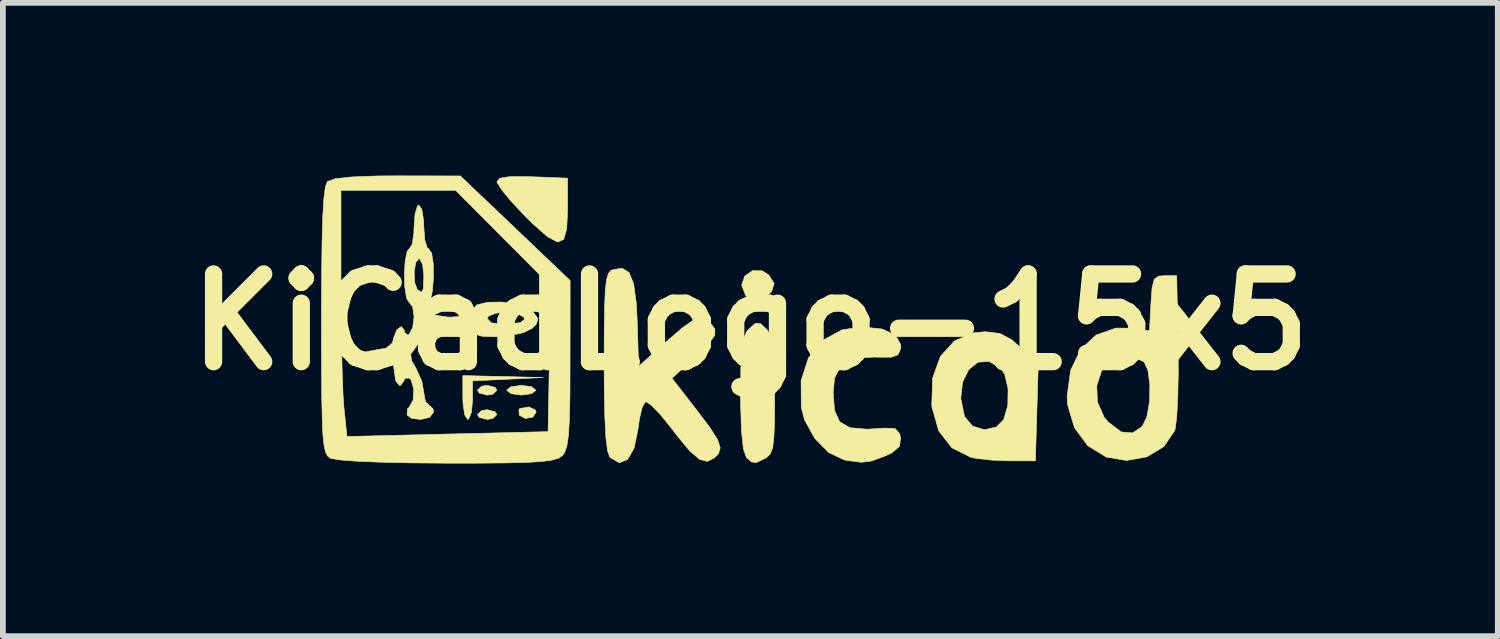
<source format=kicad_pcb>
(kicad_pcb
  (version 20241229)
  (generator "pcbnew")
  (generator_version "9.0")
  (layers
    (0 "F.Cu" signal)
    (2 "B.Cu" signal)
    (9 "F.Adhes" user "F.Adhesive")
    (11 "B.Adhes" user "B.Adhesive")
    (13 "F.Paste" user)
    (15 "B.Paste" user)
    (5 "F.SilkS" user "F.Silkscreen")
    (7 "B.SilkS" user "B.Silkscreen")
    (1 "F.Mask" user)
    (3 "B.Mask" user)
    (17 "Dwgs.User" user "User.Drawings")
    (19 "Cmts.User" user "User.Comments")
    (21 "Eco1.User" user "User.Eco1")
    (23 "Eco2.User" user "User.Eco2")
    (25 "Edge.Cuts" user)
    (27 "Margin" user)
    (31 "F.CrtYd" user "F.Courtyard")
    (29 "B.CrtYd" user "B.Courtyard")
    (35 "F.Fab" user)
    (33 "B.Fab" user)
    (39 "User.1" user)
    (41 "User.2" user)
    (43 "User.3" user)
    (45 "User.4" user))
  (footprint "KiCadLogo-15x5"
    (layer "F.Cu")
    (at 9.986 2.544)
    (property "Reference" "KiCadLogo-15x5" (at 0 0 0) (layer "F.SilkS") (effects (font (size 1.524 1.524) (thickness 0.3))))
    (attr through_hole)
    (fp_poly (pts (xy -4.434 1.136) (xy -4.403 1.185) (xy -4.474 1.254) (xy -4.572 1.27) (xy -4.71 1.235) (xy -4.741 1.185) (xy -4.67 1.117) (xy -4.572 1.101) (xy -4.434 1.136)) (stroke (width 0.01) (type solid)) (fill yes) (layer "F.SilkS"))
    (fp_poly (pts (xy -4.434 1.559) (xy -4.403 1.609) (xy -4.474 1.677) (xy -4.572 1.693) (xy -4.71 1.658) (xy -4.741 1.609) (xy -4.67 1.54) (xy -4.572 1.524) (xy -4.434 1.559)) (stroke (width 0.01) (type solid)) (fill yes) (layer "F.SilkS"))
    (fp_poly (pts (xy -3.735 1.528) (xy -3.721 1.566) (xy -3.78 1.654) (xy -3.91 1.677) (xy -4.015 1.619) (xy -4.02 1.519) (xy -4.002 1.503) (xy -3.848 1.476) (xy -3.735 1.528)) (stroke (width 0.01) (type solid)) (fill yes) (layer "F.SilkS"))
    (fp_poly (pts (xy 0.211 -0.888) (xy 0.323 -0.814) (xy 0.414 -0.668) (xy 0.37 -0.528) (xy 0.207 -0.378) (xy 0.026 -0.378) (xy -0.081 -0.461) (xy -0.151 -0.64) (xy -0.097 -0.797) (xy 0.038 -0.892) (xy 0.211 -0.888)) (stroke (width 0.01) (type solid)) (fill yes) (layer "F.SilkS"))
    (fp_poly (pts (xy -3.598 0.965) (xy -4.212 0.994) (xy -4.826 1.023) (xy -4.826 1.358) (xy -4.845 1.569) (xy -4.892 1.685) (xy -4.911 1.693) (xy -4.961 1.618) (xy -4.991 1.426) (xy -4.995 1.312) (xy -4.995 0.931) (xy -3.598 0.965)) (stroke (width 0.01) (type solid)) (fill yes) (layer "F.SilkS"))
    (fp_poly (pts (xy -3.801 1.125) (xy -3.725 1.184) (xy -3.725 1.185) (xy -3.799 1.245) (xy -3.976 1.27) (xy -3.979 1.27) (xy -4.158 1.245) (xy -4.233 1.186) (xy -4.233 1.185) (xy -4.16 1.126) (xy -3.982 1.101) (xy -3.979 1.101) (xy -3.801 1.125)) (stroke (width 0.01) (type solid)) (fill yes) (layer "F.SilkS"))
    (fp_poly (pts (xy -3.789 -2.523) (xy -3.175 -2.498) (xy -3.175 -1.948) (xy -3.19 -1.62) (xy -3.243 -1.434) (xy -3.35 -1.389) (xy -3.526 -1.483) (xy -3.786 -1.712) (xy -3.916 -1.842) (xy -4.143 -2.083) (xy -4.313 -2.288) (xy -4.398 -2.421) (xy -4.403 -2.44) (xy -4.352 -2.498) (xy -4.184 -2.525) (xy -3.876 -2.526) (xy -3.789 -2.523)) (stroke (width 0.01) (type solid)) (fill yes) (layer "F.SilkS"))
    (fp_poly (pts (xy 0.178 0.03) (xy 0.29 0.133) (xy 0.35 0.227) (xy 0.389 0.388) (xy 0.412 0.644) (xy 0.422 1.026) (xy 0.423 1.273) (xy 0.421 1.705) (xy 0.41 1.998) (xy 0.388 2.183) (xy 0.347 2.291) (xy 0.286 2.352) (xy 0.26 2.368) (xy 0.106 2.442) (xy 0.019 2.432) (xy -0.068 2.354) (xy -0.12 2.208) (xy -0.154 1.895) (xy -0.169 1.417) (xy -0.169 1.259) (xy -0.165 0.807) (xy -0.148 0.494) (xy -0.117 0.292) (xy -0.066 0.17) (xy -0.036 0.133) (xy 0.089 0.022) (xy 0.178 0.03)) (stroke (width 0.01) (type solid)) (fill yes) (layer "F.SilkS"))
    (fp_poly (pts (xy 2.292 0.123) (xy 2.523 0.23) (xy 2.615 0.397) (xy 2.61 0.471) (xy 2.564 0.57) (xy 2.451 0.612) (xy 2.223 0.612) (xy 2.168 0.609) (xy 1.809 0.626) (xy 1.58 0.744) (xy 1.463 0.976) (xy 1.439 1.225) (xy 1.463 1.536) (xy 1.551 1.734) (xy 1.73 1.837) (xy 2.026 1.863) (xy 2.328 1.844) (xy 2.515 1.851) (xy 2.595 1.942) (xy 2.61 2.013) (xy 2.592 2.16) (xy 2.463 2.271) (xy 2.337 2.33) (xy 2.11 2.414) (xy 1.928 2.437) (xy 1.698 2.408) (xy 1.631 2.396) (xy 1.361 2.268) (xy 1.118 2.02) (xy 0.943 1.703) (xy 0.885 1.486) (xy 0.882 1.02) (xy 1.009 0.625) (xy 1.251 0.323) (xy 1.591 0.137) (xy 1.938 0.085) (xy 2.292 0.123)) (stroke (width 0.01) (type solid)) (fill yes) (layer "F.SilkS"))
    (fp_poly (pts (xy 4.335 0.199) (xy 4.544 0.31) (xy 4.711 0.46) (xy 5.002 0.751) (xy 4.977 1.582) (xy 4.953 2.413) (xy 4.513 2.413) (xy 4.204 2.401) (xy 3.926 2.37) (xy 3.831 2.351) (xy 3.501 2.186) (xy 3.273 1.892) (xy 3.157 1.485) (xy 3.152 1.443) (xy 3.156 1.326) (xy 3.656 1.326) (xy 3.72 1.637) (xy 3.723 1.645) (xy 3.861 1.81) (xy 4.067 1.872) (xy 4.274 1.825) (xy 4.4 1.699) (xy 4.473 1.45) (xy 4.478 1.161) (xy 4.419 0.91) (xy 4.354 0.81) (xy 4.147 0.684) (xy 3.954 0.699) (xy 3.793 0.829) (xy 3.687 1.047) (xy 3.656 1.326) (xy 3.156 1.326) (xy 3.167 0.975) (xy 3.302 0.598) (xy 3.545 0.33) (xy 3.882 0.188) (xy 4.084 0.169) (xy 4.335 0.199)) (stroke (width 0.01) (type solid)) (fill yes) (layer "F.SilkS"))
    (fp_poly (pts (xy 7.432 0.433) (xy 7.435 0.892) (xy 7.426 1.305) (xy 7.409 1.637) (xy 7.383 1.849) (xy 7.372 1.889) (xy 7.184 2.165) (xy 6.89 2.343) (xy 6.535 2.406) (xy 6.184 2.347) (xy 5.862 2.149) (xy 5.63 1.835) (xy 5.513 1.443) (xy 5.503 1.291) (xy 5.529 1.106) (xy 6.019 1.106) (xy 6.03 1.389) (xy 6.147 1.654) (xy 6.219 1.74) (xy 6.446 1.911) (xy 6.643 1.927) (xy 6.81 1.814) (xy 6.89 1.646) (xy 6.935 1.383) (xy 6.941 1.091) (xy 6.907 0.837) (xy 6.841 0.694) (xy 6.684 0.618) (xy 6.507 0.593) (xy 6.268 0.664) (xy 6.102 0.85) (xy 6.019 1.106) (xy 5.529 1.106) (xy 5.565 0.838) (xy 5.74 0.476) (xy 6.008 0.226) (xy 6.352 0.106) (xy 6.609 0.108) (xy 6.935 0.152) (xy 6.96 -0.326) (xy 6.98 -0.598) (xy 7.017 -0.741) (xy 7.091 -0.796) (xy 7.197 -0.804) (xy 7.408 -0.804) (xy 7.432 0.433)) (stroke (width 0.01) (type solid)) (fill yes) (layer "F.SilkS"))
    (fp_poly (pts (xy -2.107 -0.86) (xy -2.027 -0.662) (xy -1.981 -0.325) (xy -1.965 -0.008) (xy -1.941 0.77) (xy -1.462 0.343) (xy -1.181 0.102) (xy -0.99 -0.032) (xy -0.856 -0.072) (xy -0.749 -0.031) (xy -0.694 0.017) (xy -0.615 0.123) (xy -0.618 0.232) (xy -0.721 0.376) (xy -0.938 0.589) (xy -0.977 0.625) (xy -1.361 0.978) (xy -0.935 1.526) (xy -0.702 1.835) (xy -0.568 2.046) (xy -0.523 2.188) (xy -0.554 2.29) (xy -0.624 2.362) (xy -0.747 2.422) (xy -0.882 2.387) (xy -1.051 2.242) (xy -1.277 1.97) (xy -1.358 1.862) (xy -1.551 1.623) (xy -1.713 1.452) (xy -1.813 1.384) (xy -1.82 1.384) (xy -1.876 1.476) (xy -1.927 1.684) (xy -1.95 1.853) (xy -2.018 2.187) (xy -2.131 2.388) (xy -2.278 2.445) (xy -2.438 2.354) (xy -2.479 2.247) (xy -2.509 2.014) (xy -2.528 1.641) (xy -2.538 1.118) (xy -2.54 0.7) (xy -2.538 0.145) (xy -2.532 -0.264) (xy -2.52 -0.549) (xy -2.499 -0.734) (xy -2.467 -0.842) (xy -2.423 -0.894) (xy -2.401 -0.905) (xy -2.229 -0.935) (xy -2.107 -0.86)) (stroke (width 0.01) (type solid)) (fill yes) (layer "F.SilkS"))
    (fp_poly (pts (xy -5.038 -2.537) (xy -4.084 -1.629) (xy -3.131 -0.72) (xy -3.132 0.735) (xy -3.134 1.282) (xy -3.143 1.685) (xy -3.16 1.967) (xy -3.187 2.153) (xy -3.226 2.268) (xy -3.266 2.322) (xy -3.332 2.366) (xy -3.444 2.4) (xy -3.623 2.424) (xy -3.891 2.44) (xy -4.268 2.449) (xy -4.778 2.453) (xy -5.277 2.453) (xy -5.897 2.448) (xy -6.429 2.436) (xy -6.853 2.418) (xy -7.149 2.395) (xy -7.297 2.367) (xy -7.303 2.364) (xy -7.347 2.326) (xy -7.381 2.258) (xy -7.407 2.14) (xy -7.426 1.952) (xy -7.438 1.677) (xy -7.446 1.293) (xy -7.449 0.783) (xy -7.451 0.127) (xy -7.451 -0.03) (xy -7.448 -0.783) (xy -7.441 -1.378) (xy -7.428 -1.83) (xy -7.409 -2.148) (xy -7.391 -2.286) (xy -7.112 -2.286) (xy -7.112 -0.647) (xy -7.109 -0.098) (xy -7.102 0.428) (xy -7.09 0.895) (xy -7.076 1.265) (xy -7.06 1.49) (xy -7.008 1.99) (xy -5.261 1.947) (xy -3.514 1.905) (xy -3.467 -0.627) (xy -5.119 -2.286) (xy -7.112 -2.286) (xy -7.391 -2.286) (xy -7.383 -2.347) (xy -7.35 -2.437) (xy -7.349 -2.438) (xy -7.215 -2.488) (xy -6.925 -2.52) (xy -6.474 -2.537) (xy -6.143 -2.539) (xy -5.038 -2.537)) (stroke (width 0.01) (type solid)) (fill yes) (layer "F.SilkS"))
    (fp_poly (pts (xy -5.707 -1.956) (xy -5.677 -1.765) (xy -5.673 -1.651) (xy -5.656 -1.424) (xy -5.613 -1.287) (xy -5.588 -1.27) (xy -5.536 -1.196) (xy -5.509 -1.012) (xy -5.505 -0.774) (xy -5.523 -0.542) (xy -5.562 -0.372) (xy -5.603 -0.32) (xy -5.684 -0.256) (xy -5.631 -0.182) (xy -5.478 -0.119) (xy -5.258 -0.086) (xy -5.202 -0.085) (xy -4.953 -0.102) (xy -4.84 -0.16) (xy -4.826 -0.212) (xy -4.753 -0.297) (xy -4.568 -0.342) (xy -4.323 -0.347) (xy -4.071 -0.313) (xy -3.863 -0.244) (xy -3.78 -0.183) (xy -3.687 -0.056) (xy -3.721 0.042) (xy -3.795 0.113) (xy -3.945 0.186) (xy -4.173 0.235) (xy -4.427 0.257) (xy -4.654 0.249) (xy -4.799 0.209) (xy -4.826 0.169) (xy -4.902 0.121) (xy -5.097 0.09) (xy -5.249 0.085) (xy -5.525 0.103) (xy -5.661 0.157) (xy -5.673 0.184) (xy -5.725 0.319) (xy -5.811 0.436) (xy -5.9 0.559) (xy -5.886 0.673) (xy -5.811 0.799) (xy -5.707 1.03) (xy -5.673 1.225) (xy -5.644 1.385) (xy -5.588 1.439) (xy -5.513 1.508) (xy -5.503 1.566) (xy -5.572 1.656) (xy -5.726 1.694) (xy -5.888 1.673) (xy -5.965 1.615) (xy -5.955 1.506) (xy -5.928 1.483) (xy -5.859 1.358) (xy -5.847 1.169) (xy -5.893 1.008) (xy -5.927 0.974) (xy -6.005 0.98) (xy -6.011 1.011) (xy -6.073 1.097) (xy -6.096 1.101) (xy -6.16 1.028) (xy -6.181 0.889) (xy -6.199 0.753) (xy -6.286 0.692) (xy -6.49 0.677) (xy -6.519 0.677) (xy -6.762 0.654) (xy -6.85 0.598) (xy -6.779 0.537) (xy -6.547 0.493) (xy -6.54 0.492) (xy -6.32 0.453) (xy -6.219 0.363) (xy -6.196 0.275) (xy -6.143 0.136) (xy -6.066 0.08) (xy -6.015 0.135) (xy -6.011 0.174) (xy -5.959 0.225) (xy -5.927 0.212) (xy -5.866 0.097) (xy -5.846 -0.061) (xy -4.572 -0.061) (xy -4.5 0.016) (xy -4.279 0.036) (xy -3.996 0.013) (xy -3.925 -0.046) (xy -3.937 -0.085) (xy -4.049 -0.148) (xy -4.236 -0.17) (xy -4.427 -0.152) (xy -4.554 -0.099) (xy -4.572 -0.061) (xy -5.846 -0.061) (xy -5.842 -0.09) (xy -5.867 -0.266) (xy -5.927 -0.339) (xy -5.973 -0.415) (xy -6.004 -0.613) (xy -6.011 -0.804) (xy -6.008 -0.866) (xy -5.84 -0.866) (xy -5.832 -0.686) (xy -5.786 -0.565) (xy -5.786 -0.564) (xy -5.715 -0.516) (xy -5.682 -0.576) (xy -5.673 -0.774) (xy -5.673 -0.804) (xy -5.694 -1) (xy -5.746 -1.098) (xy -5.757 -1.101) (xy -5.814 -1.03) (xy -5.84 -0.866) (xy -6.008 -0.866) (xy -5.997 -1.059) (xy -5.962 -1.228) (xy -5.927 -1.27) (xy -5.876 -1.346) (xy -5.846 -1.537) (xy -5.842 -1.651) (xy -5.825 -1.878) (xy -5.783 -2.015) (xy -5.757 -2.032) (xy -5.707 -1.956)) (stroke (width 0.01) (type solid)) (fill yes) (layer "F.SilkS")))
  (gr_rect
    (start -3 -3)
    (end 22.972 8.002)
    (stroke (width 0.1) (type default))
    (fill no)
    (layer "Edge.Cuts")))
</source>
